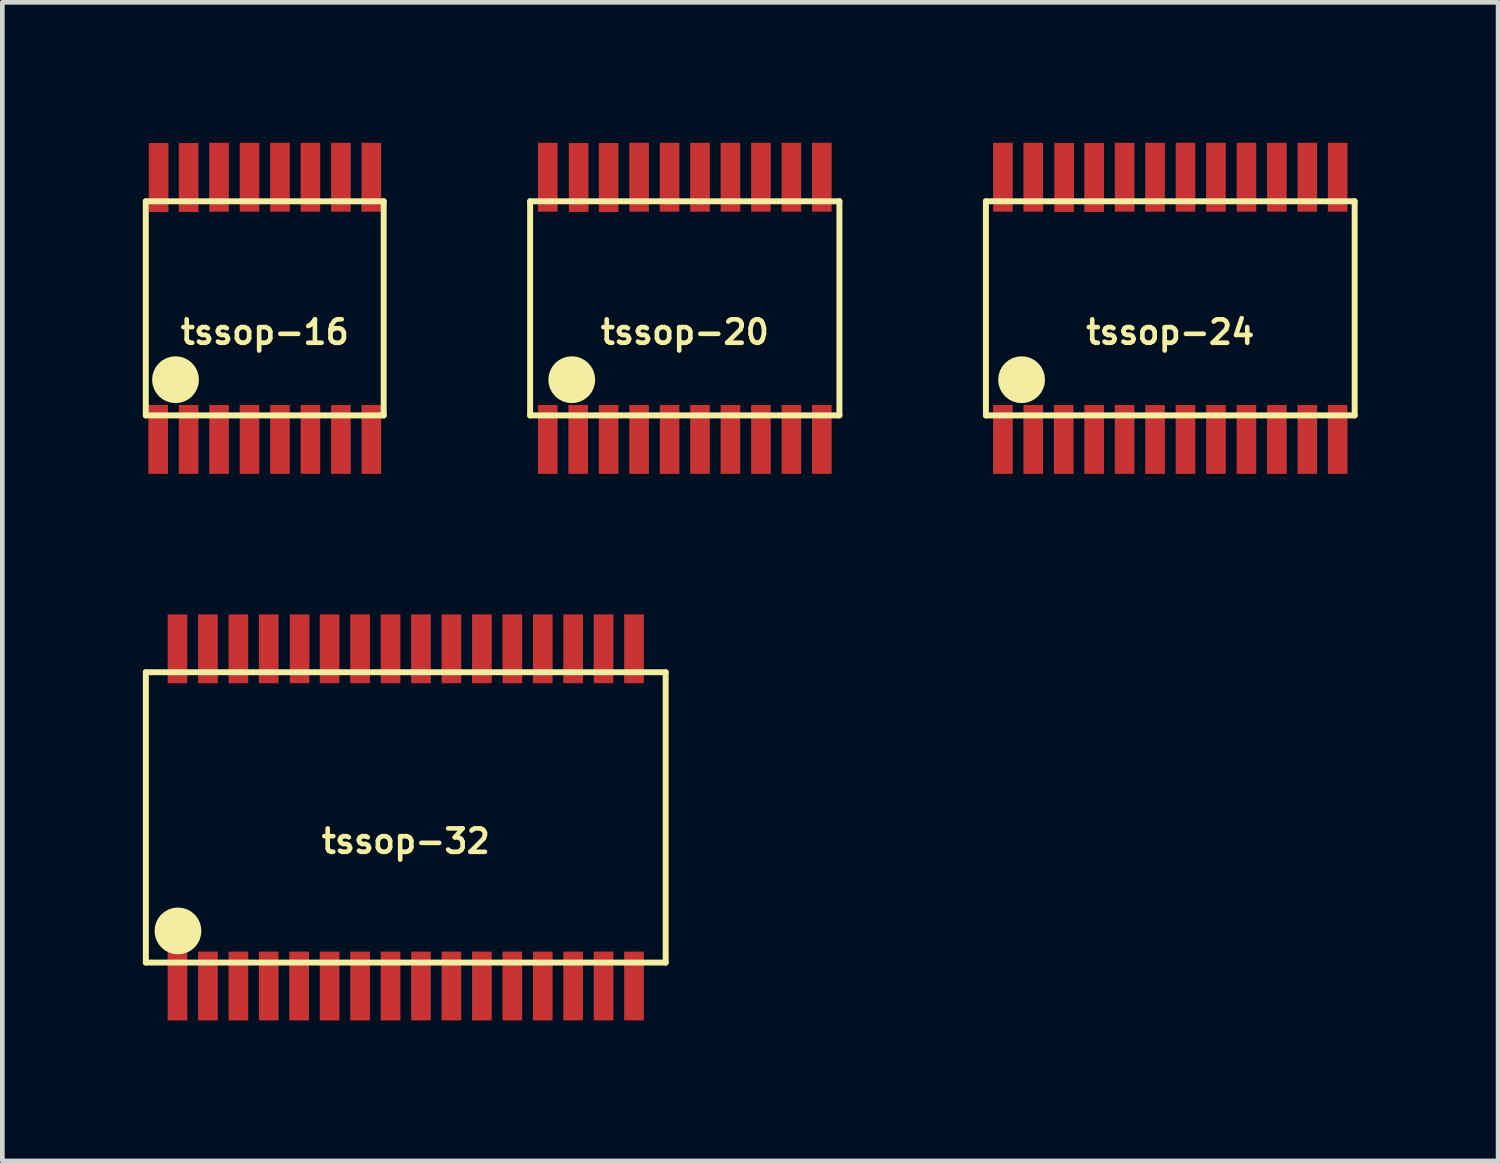
<source format=kicad_pcb>
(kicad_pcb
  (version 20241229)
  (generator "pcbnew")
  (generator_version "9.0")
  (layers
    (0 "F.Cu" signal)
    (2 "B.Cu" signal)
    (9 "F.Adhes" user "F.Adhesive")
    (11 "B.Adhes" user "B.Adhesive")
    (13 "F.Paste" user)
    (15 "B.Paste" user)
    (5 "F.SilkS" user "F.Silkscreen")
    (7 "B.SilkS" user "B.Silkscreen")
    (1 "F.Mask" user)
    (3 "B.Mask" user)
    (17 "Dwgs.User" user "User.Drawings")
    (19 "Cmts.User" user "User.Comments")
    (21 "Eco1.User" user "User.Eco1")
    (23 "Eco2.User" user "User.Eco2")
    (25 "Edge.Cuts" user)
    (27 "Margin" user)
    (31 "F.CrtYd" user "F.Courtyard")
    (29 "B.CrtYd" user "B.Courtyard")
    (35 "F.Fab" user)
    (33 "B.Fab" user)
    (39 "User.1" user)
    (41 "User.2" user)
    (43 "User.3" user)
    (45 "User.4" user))
  (footprint "tssop-32"
    (layer "F.Cu")
    (at 5.614 14.404)
    (property "Reference" "tssop-32" (at 0 0.508 0) (layer "F.SilkS") (effects (font (size 0.5 0.5) (thickness 0.099))))
    (attr through_hole)
    (fp_line (start -5.55 -3.1) (end -5.55 3.1) (stroke (width 0.127) (type solid)) (layer "F.SilkS"))
    (fp_line (start -5.55 3.1) (end 5.55 3.1) (stroke (width 0.127) (type solid)) (layer "F.SilkS"))
    (fp_line (start 5.55 -3.1) (end -5.55 -3.1) (stroke (width 0.127) (type solid)) (layer "F.SilkS"))
    (fp_line (start 5.55 3.1) (end 5.55 -3.1) (stroke (width 0.127) (type solid)) (layer "F.SilkS"))
    (fp_circle (center -4.864 2.424) (end -4.614 2.424) (stroke (width 0.5) (type solid)) (fill no) (layer "F.SilkS"))
    (pad "1" smd rect (at -4.874 3.6) (size 0.42 1.47) (layers "F.Cu" "F.Mask" "F.Paste"))
    (pad "2" smd rect (at -4.224 3.6) (size 0.42 1.47) (layers "F.Cu" "F.Mask" "F.Paste"))
    (pad "3" smd rect (at -3.574 3.6) (size 0.42 1.47) (layers "F.Cu" "F.Mask" "F.Paste"))
    (pad "4" smd rect (at -2.926 3.6) (size 0.42 1.47) (layers "F.Cu" "F.Mask" "F.Paste"))
    (pad "5" smd rect (at -2.276 3.6) (size 0.42 1.47) (layers "F.Cu" "F.Mask" "F.Paste"))
    (pad "6" smd rect (at -1.626 3.6) (size 0.42 1.47) (layers "F.Cu" "F.Mask" "F.Paste"))
    (pad "7" smd rect (at -0.975 3.6) (size 0.42 1.47) (layers "F.Cu" "F.Mask" "F.Paste"))
    (pad "8" smd rect (at -0.325 3.6) (size 0.42 1.47) (layers "F.Cu" "F.Mask" "F.Paste"))
    (pad "9" smd rect (at 0.325 3.6) (size 0.42 1.47) (layers "F.Cu" "F.Mask" "F.Paste"))
    (pad "10" smd rect (at 0.975 3.6) (size 0.42 1.47) (layers "F.Cu" "F.Mask" "F.Paste"))
    (pad "11" smd rect (at 1.626 3.6) (size 0.42 1.47) (layers "F.Cu" "F.Mask" "F.Paste"))
    (pad "12" smd rect (at 2.276 3.6) (size 0.42 1.47) (layers "F.Cu" "F.Mask" "F.Paste"))
    (pad "13" smd rect (at 2.926 3.6) (size 0.42 1.47) (layers "F.Cu" "F.Mask" "F.Paste"))
    (pad "14" smd rect (at 3.574 3.6) (size 0.42 1.47) (layers "F.Cu" "F.Mask" "F.Paste"))
    (pad "15" smd rect (at 4.224 3.6) (size 0.42 1.47) (layers "F.Cu" "F.Mask" "F.Paste"))
    (pad "16" smd rect (at 4.874 3.6) (size 0.42 1.47) (layers "F.Cu" "F.Mask" "F.Paste"))
    (pad "17" smd rect (at 4.874 -3.6) (size 0.42 1.47) (layers "F.Cu" "F.Mask" "F.Paste"))
    (pad "18" smd rect (at 4.224 -3.6) (size 0.42 1.47) (layers "F.Cu" "F.Mask" "F.Paste"))
    (pad "19" smd rect (at 3.574 -3.6) (size 0.42 1.47) (layers "F.Cu" "F.Mask" "F.Paste"))
    (pad "20" smd rect (at 2.926 -3.6) (size 0.42 1.47) (layers "F.Cu" "F.Mask" "F.Paste"))
    (pad "21" smd rect (at 2.276 -3.6) (size 0.42 1.47) (layers "F.Cu" "F.Mask" "F.Paste"))
    (pad "22" smd rect (at 1.626 -3.6) (size 0.42 1.47) (layers "F.Cu" "F.Mask" "F.Paste"))
    (pad "23" smd rect (at 0.975 -3.6) (size 0.42 1.47) (layers "F.Cu" "F.Mask" "F.Paste"))
    (pad "24" smd rect (at 0.325 -3.6) (size 0.42 1.47) (layers "F.Cu" "F.Mask" "F.Paste"))
    (pad "25" smd rect (at -0.325 -3.6) (size 0.42 1.47) (layers "F.Cu" "F.Mask" "F.Paste"))
    (pad "26" smd rect (at -0.975 -3.6) (size 0.42 1.47) (layers "F.Cu" "F.Mask" "F.Paste"))
    (pad "27" smd rect (at -1.626 -3.6) (size 0.42 1.47) (layers "F.Cu" "F.Mask" "F.Paste"))
    (pad "28" smd rect (at -2.266 -3.6) (size 0.42 1.47) (layers "F.Cu" "F.Mask" "F.Paste"))
    (pad "29" smd rect (at -2.926 -3.6) (size 0.42 1.47) (layers "F.Cu" "F.Mask" "F.Paste"))
    (pad "30" smd rect (at -3.574 -3.6) (size 0.42 1.47) (layers "F.Cu" "F.Mask" "F.Paste"))
    (pad "31" smd rect (at -4.224 -3.6) (size 0.42 1.47) (layers "F.Cu" "F.Mask" "F.Paste"))
    (pad "32" smd rect (at -4.874 -3.6) (size 0.42 1.47) (layers "F.Cu" "F.Mask" "F.Paste")))
  (footprint "tssop-24"
    (layer "F.Cu")
    (at 21.939 3.534)
    (property "Reference" "tssop-24" (at 0 0.508 0) (layer "F.SilkS") (effects (font (size 0.5 0.5) (thickness 0.099))))
    (attr through_hole)
    (fp_line (start -3.937 -2.286) (end -3.937 2.286) (stroke (width 0.127) (type solid)) (layer "F.SilkS"))
    (fp_line (start -3.937 2.286) (end 3.937 2.286) (stroke (width 0.127) (type solid)) (layer "F.SilkS"))
    (fp_line (start 3.937 -2.286) (end -3.937 -2.286) (stroke (width 0.127) (type solid)) (layer "F.SilkS"))
    (fp_line (start 3.937 2.286) (end 3.937 -2.286) (stroke (width 0.127) (type solid)) (layer "F.SilkS"))
    (fp_circle (center -3.175 1.524) (end -2.925 1.524) (stroke (width 0.5) (type solid)) (fill no) (layer "F.SilkS"))
    (pad "1" smd rect (at -3.574 2.799) (size 0.419 1.471) (layers "F.Cu" "F.Mask" "F.Paste"))
    (pad "2" smd rect (at -2.926 2.799) (size 0.419 1.471) (layers "F.Cu" "F.Mask" "F.Paste"))
    (pad "3" smd rect (at -2.276 2.799) (size 0.419 1.471) (layers "F.Cu" "F.Mask" "F.Paste"))
    (pad "4" smd rect (at -1.626 2.799) (size 0.419 1.471) (layers "F.Cu" "F.Mask" "F.Paste"))
    (pad "5" smd rect (at -0.975 2.799) (size 0.419 1.471) (layers "F.Cu" "F.Mask" "F.Paste"))
    (pad "6" smd rect (at -0.325 2.799) (size 0.419 1.471) (layers "F.Cu" "F.Mask" "F.Paste"))
    (pad "7" smd rect (at 0.325 2.799) (size 0.419 1.471) (layers "F.Cu" "F.Mask" "F.Paste"))
    (pad "8" smd rect (at 0.975 2.799) (size 0.419 1.471) (layers "F.Cu" "F.Mask" "F.Paste"))
    (pad "9" smd rect (at 1.626 2.799) (size 0.419 1.471) (layers "F.Cu" "F.Mask" "F.Paste"))
    (pad "10" smd rect (at 2.276 2.799) (size 0.419 1.471) (layers "F.Cu" "F.Mask" "F.Paste"))
    (pad "11" smd rect (at 2.926 2.799) (size 0.419 1.471) (layers "F.Cu" "F.Mask" "F.Paste"))
    (pad "12" smd rect (at 3.574 2.799) (size 0.419 1.471) (layers "F.Cu" "F.Mask" "F.Paste"))
    (pad "13" smd rect (at 3.574 -2.799) (size 0.419 1.471) (layers "F.Cu" "F.Mask" "F.Paste"))
    (pad "14" smd rect (at 2.926 -2.799) (size 0.419 1.471) (layers "F.Cu" "F.Mask" "F.Paste"))
    (pad "15" smd rect (at 2.276 -2.799) (size 0.419 1.471) (layers "F.Cu" "F.Mask" "F.Paste"))
    (pad "16" smd rect (at 1.626 -2.799) (size 0.419 1.471) (layers "F.Cu" "F.Mask" "F.Paste"))
    (pad "17" smd rect (at 0.975 -2.799) (size 0.419 1.471) (layers "F.Cu" "F.Mask" "F.Paste"))
    (pad "18" smd rect (at 0.325 -2.799) (size 0.419 1.471) (layers "F.Cu" "F.Mask" "F.Paste"))
    (pad "19" smd rect (at -0.325 -2.799) (size 0.419 1.471) (layers "F.Cu" "F.Mask" "F.Paste"))
    (pad "20" smd rect (at -0.975 -2.799) (size 0.419 1.471) (layers "F.Cu" "F.Mask" "F.Paste"))
    (pad "21" smd rect (at -1.626 -2.794) (size 0.419 1.471) (layers "F.Cu" "F.Mask" "F.Paste"))
    (pad "22" smd rect (at -2.266 -2.794) (size 0.419 1.471) (layers "F.Cu" "F.Mask" "F.Paste"))
    (pad "23" smd rect (at -2.926 -2.799) (size 0.419 1.471) (layers "F.Cu" "F.Mask" "F.Paste"))
    (pad "24" smd rect (at -3.574 -2.799) (size 0.419 1.471) (layers "F.Cu" "F.Mask" "F.Paste")))
  (footprint "tssop-16"
    (layer "F.Cu")
    (at 2.603 3.534)
    (property "Reference" "tssop-16" (at 0 0.508 0) (layer "F.SilkS") (effects (font (size 0.5 0.5) (thickness 0.099))))
    (attr through_hole)
    (fp_line (start -2.54 -2.286) (end -2.54 2.286) (stroke (width 0.127) (type solid)) (layer "F.SilkS"))
    (fp_line (start -2.54 2.286) (end 2.54 2.286) (stroke (width 0.127) (type solid)) (layer "F.SilkS"))
    (fp_line (start 2.54 -2.286) (end -2.54 -2.286) (stroke (width 0.127) (type solid)) (layer "F.SilkS"))
    (fp_line (start 2.54 2.286) (end 2.54 -2.286) (stroke (width 0.127) (type solid)) (layer "F.SilkS"))
    (fp_circle (center -1.905 1.524) (end -1.655 1.524) (stroke (width 0.5) (type solid)) (fill no) (layer "F.SilkS"))
    (pad "1" smd rect (at -2.276 2.799) (size 0.419 1.471) (layers "F.Cu" "F.Mask" "F.Paste"))
    (pad "2" smd rect (at -1.626 2.799) (size 0.419 1.471) (layers "F.Cu" "F.Mask" "F.Paste"))
    (pad "3" smd rect (at -0.975 2.799) (size 0.419 1.471) (layers "F.Cu" "F.Mask" "F.Paste"))
    (pad "4" smd rect (at -0.325 2.799) (size 0.419 1.471) (layers "F.Cu" "F.Mask" "F.Paste"))
    (pad "5" smd rect (at 0.325 2.799) (size 0.419 1.471) (layers "F.Cu" "F.Mask" "F.Paste"))
    (pad "6" smd rect (at 0.975 2.799) (size 0.419 1.471) (layers "F.Cu" "F.Mask" "F.Paste"))
    (pad "7" smd rect (at 1.626 2.799) (size 0.419 1.471) (layers "F.Cu" "F.Mask" "F.Paste"))
    (pad "8" smd rect (at 2.276 2.799) (size 0.419 1.471) (layers "F.Cu" "F.Mask" "F.Paste"))
    (pad "9" smd rect (at 2.276 -2.799) (size 0.419 1.471) (layers "F.Cu" "F.Mask" "F.Paste"))
    (pad "10" smd rect (at 1.626 -2.799) (size 0.419 1.471) (layers "F.Cu" "F.Mask" "F.Paste"))
    (pad "11" smd rect (at 0.975 -2.799) (size 0.419 1.471) (layers "F.Cu" "F.Mask" "F.Paste"))
    (pad "12" smd rect (at 0.325 -2.799) (size 0.419 1.471) (layers "F.Cu" "F.Mask" "F.Paste"))
    (pad "13" smd rect (at -0.325 -2.799) (size 0.419 1.471) (layers "F.Cu" "F.Mask" "F.Paste"))
    (pad "14" smd rect (at -0.975 -2.799) (size 0.419 1.471) (layers "F.Cu" "F.Mask" "F.Paste"))
    (pad "15" smd rect (at -1.626 -2.794) (size 0.419 1.471) (layers "F.Cu" "F.Mask" "F.Paste"))
    (pad "16" smd rect (at -2.266 -2.794) (size 0.419 1.471) (layers "F.Cu" "F.Mask" "F.Paste")))
  (footprint "tssop-20"
    (layer "F.Cu")
    (at 11.572 3.534)
    (property "Reference" "tssop-20" (at 0 0.508 0) (layer "F.SilkS") (effects (font (size 0.5 0.5) (thickness 0.099))))
    (attr through_hole)
    (fp_line (start -3.302 -2.286) (end -3.302 2.286) (stroke (width 0.127) (type solid)) (layer "F.SilkS"))
    (fp_line (start -3.302 2.286) (end 3.302 2.286) (stroke (width 0.127) (type solid)) (layer "F.SilkS"))
    (fp_line (start 3.302 -2.286) (end -3.302 -2.286) (stroke (width 0.127) (type solid)) (layer "F.SilkS"))
    (fp_line (start 3.302 2.286) (end 3.302 -2.286) (stroke (width 0.127) (type solid)) (layer "F.SilkS"))
    (fp_circle (center -2.413 1.524) (end -2.163 1.524) (stroke (width 0.5) (type solid)) (fill no) (layer "F.SilkS"))
    (pad "1" smd rect (at -2.926 2.799) (size 0.419 1.471) (layers "F.Cu" "F.Mask" "F.Paste"))
    (pad "2" smd rect (at -2.276 2.799) (size 0.419 1.471) (layers "F.Cu" "F.Mask" "F.Paste"))
    (pad "3" smd rect (at -1.626 2.799) (size 0.419 1.471) (layers "F.Cu" "F.Mask" "F.Paste"))
    (pad "4" smd rect (at -0.975 2.799) (size 0.419 1.471) (layers "F.Cu" "F.Mask" "F.Paste"))
    (pad "5" smd rect (at -0.325 2.799) (size 0.419 1.471) (layers "F.Cu" "F.Mask" "F.Paste"))
    (pad "6" smd rect (at 0.325 2.799) (size 0.419 1.471) (layers "F.Cu" "F.Mask" "F.Paste"))
    (pad "7" smd rect (at 0.975 2.799) (size 0.419 1.471) (layers "F.Cu" "F.Mask" "F.Paste"))
    (pad "8" smd rect (at 1.626 2.799) (size 0.419 1.471) (layers "F.Cu" "F.Mask" "F.Paste"))
    (pad "9" smd rect (at 2.276 2.799) (size 0.419 1.471) (layers "F.Cu" "F.Mask" "F.Paste"))
    (pad "10" smd rect (at 2.926 2.799) (size 0.419 1.471) (layers "F.Cu" "F.Mask" "F.Paste"))
    (pad "11" smd rect (at 2.926 -2.799) (size 0.419 1.471) (layers "F.Cu" "F.Mask" "F.Paste"))
    (pad "12" smd rect (at 2.276 -2.799) (size 0.419 1.471) (layers "F.Cu" "F.Mask" "F.Paste"))
    (pad "13" smd rect (at 1.626 -2.799) (size 0.419 1.471) (layers "F.Cu" "F.Mask" "F.Paste"))
    (pad "14" smd rect (at 0.975 -2.799) (size 0.419 1.471) (layers "F.Cu" "F.Mask" "F.Paste"))
    (pad "15" smd rect (at 0.325 -2.799) (size 0.419 1.471) (layers "F.Cu" "F.Mask" "F.Paste"))
    (pad "16" smd rect (at -0.325 -2.799) (size 0.419 1.471) (layers "F.Cu" "F.Mask" "F.Paste"))
    (pad "17" smd rect (at -0.975 -2.799) (size 0.419 1.471) (layers "F.Cu" "F.Mask" "F.Paste"))
    (pad "18" smd rect (at -1.626 -2.794) (size 0.419 1.471) (layers "F.Cu" "F.Mask" "F.Paste"))
    (pad "19" smd rect (at -2.266 -2.794) (size 0.419 1.471) (layers "F.Cu" "F.Mask" "F.Paste"))
    (pad "20" smd rect (at -2.926 -2.799) (size 0.419 1.471) (layers "F.Cu" "F.Mask" "F.Paste")))
  (gr_rect
    (start -3 -3)
    (end 28.939 21.739)
    (stroke (width 0.1) (type default))
    (fill no)
    (layer "Edge.Cuts")))
</source>
